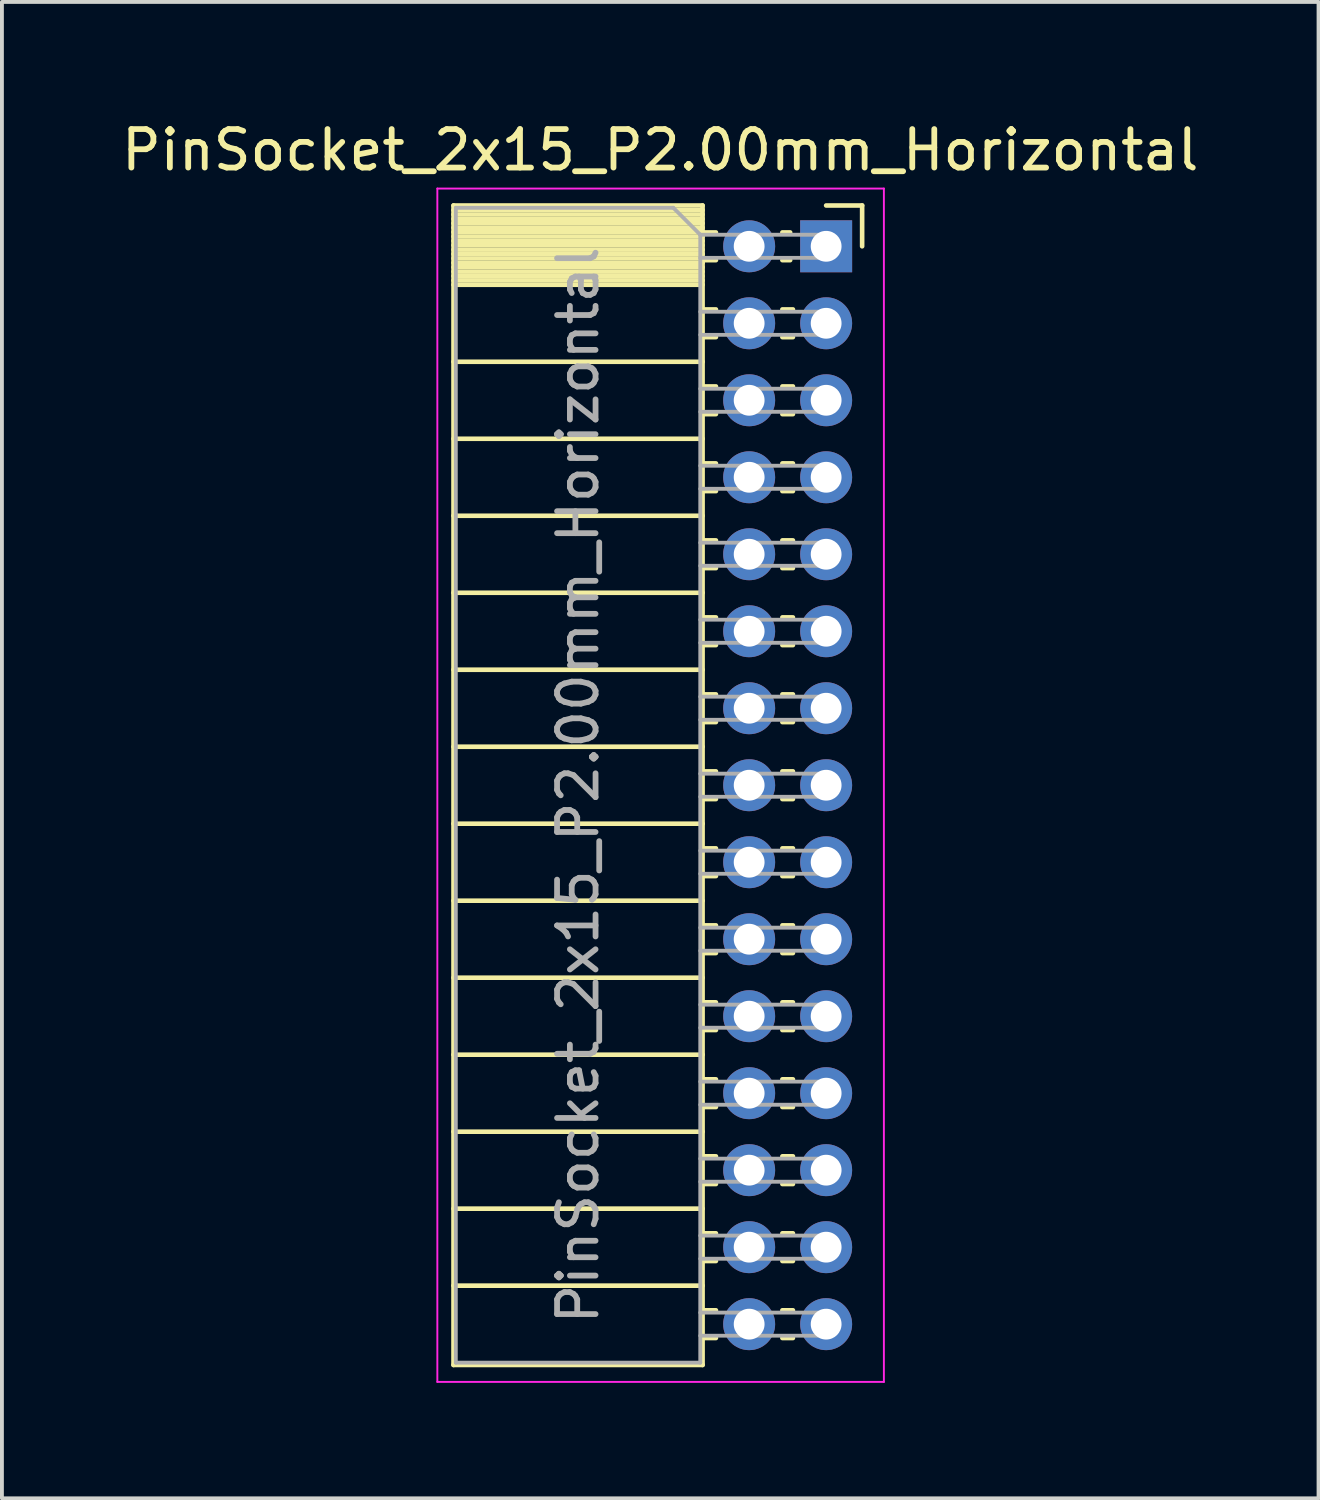
<source format=kicad_pcb>
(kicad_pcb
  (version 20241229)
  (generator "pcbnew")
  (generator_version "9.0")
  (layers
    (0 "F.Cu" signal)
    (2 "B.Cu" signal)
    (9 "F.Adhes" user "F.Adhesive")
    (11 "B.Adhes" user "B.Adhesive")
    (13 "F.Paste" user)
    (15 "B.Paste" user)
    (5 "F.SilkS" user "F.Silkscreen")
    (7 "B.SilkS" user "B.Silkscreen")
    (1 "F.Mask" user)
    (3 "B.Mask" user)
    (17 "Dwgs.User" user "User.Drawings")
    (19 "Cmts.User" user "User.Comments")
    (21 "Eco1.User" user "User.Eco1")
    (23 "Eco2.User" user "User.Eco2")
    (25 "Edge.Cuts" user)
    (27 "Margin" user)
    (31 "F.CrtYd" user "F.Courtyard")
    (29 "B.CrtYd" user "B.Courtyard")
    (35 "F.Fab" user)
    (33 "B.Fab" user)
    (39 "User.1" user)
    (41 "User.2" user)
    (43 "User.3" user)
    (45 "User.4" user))
  (footprint "PinSocket_2x15_P2.00mm_Horizontal"
    (layer "F.Cu")
    (at 18.411 3.348)
    (property "Reference" "PinSocket_2x15_P2.00mm_Horizontal" (at -4.31 -2.5 0) (layer "F.SilkS") (effects (font (size 1 1) (thickness 0.15))))
    (attr through_hole)
    (fp_line (start -9.68 -1.06) (end -9.68 29.06) (stroke (width 0.12) (type solid)) (layer "F.SilkS"))
    (fp_line (start -9.68 -1.06) (end -3.21 -1.06) (stroke (width 0.12) (type solid)) (layer "F.SilkS"))
    (fp_line (start -9.68 -0.94) (end -3.21 -0.94) (stroke (width 0.12) (type solid)) (layer "F.SilkS"))
    (fp_line (start -9.68 -0.826) (end -3.21 -0.826) (stroke (width 0.12) (type solid)) (layer "F.SilkS"))
    (fp_line (start -9.68 -0.712) (end -3.21 -0.712) (stroke (width 0.12) (type solid)) (layer "F.SilkS"))
    (fp_line (start -9.68 -0.598) (end -3.21 -0.598) (stroke (width 0.12) (type solid)) (layer "F.SilkS"))
    (fp_line (start -9.68 -0.484) (end -3.21 -0.484) (stroke (width 0.12) (type solid)) (layer "F.SilkS"))
    (fp_line (start -9.68 -0.369) (end -3.21 -0.369) (stroke (width 0.12) (type solid)) (layer "F.SilkS"))
    (fp_line (start -9.68 -0.255) (end -3.21 -0.255) (stroke (width 0.12) (type solid)) (layer "F.SilkS"))
    (fp_line (start -9.68 -0.141) (end -3.21 -0.141) (stroke (width 0.12) (type solid)) (layer "F.SilkS"))
    (fp_line (start -9.68 -0.027) (end -3.21 -0.027) (stroke (width 0.12) (type solid)) (layer "F.SilkS"))
    (fp_line (start -9.68 0.087) (end -3.21 0.087) (stroke (width 0.12) (type solid)) (layer "F.SilkS"))
    (fp_line (start -9.68 0.201) (end -3.21 0.201) (stroke (width 0.12) (type solid)) (layer "F.SilkS"))
    (fp_line (start -9.68 0.315) (end -3.21 0.315) (stroke (width 0.12) (type solid)) (layer "F.SilkS"))
    (fp_line (start -9.68 0.429) (end -3.21 0.429) (stroke (width 0.12) (type solid)) (layer "F.SilkS"))
    (fp_line (start -9.68 0.544) (end -3.21 0.544) (stroke (width 0.12) (type solid)) (layer "F.SilkS"))
    (fp_line (start -9.68 0.658) (end -3.21 0.658) (stroke (width 0.12) (type solid)) (layer "F.SilkS"))
    (fp_line (start -9.68 0.772) (end -3.21 0.772) (stroke (width 0.12) (type solid)) (layer "F.SilkS"))
    (fp_line (start -9.68 0.886) (end -3.21 0.886) (stroke (width 0.12) (type solid)) (layer "F.SilkS"))
    (fp_line (start -9.68 1) (end -3.21 1) (stroke (width 0.12) (type solid)) (layer "F.SilkS"))
    (fp_line (start -9.68 3) (end -3.21 3) (stroke (width 0.12) (type solid)) (layer "F.SilkS"))
    (fp_line (start -9.68 5) (end -3.21 5) (stroke (width 0.12) (type solid)) (layer "F.SilkS"))
    (fp_line (start -9.68 7) (end -3.21 7) (stroke (width 0.12) (type solid)) (layer "F.SilkS"))
    (fp_line (start -9.68 9) (end -3.21 9) (stroke (width 0.12) (type solid)) (layer "F.SilkS"))
    (fp_line (start -9.68 11) (end -3.21 11) (stroke (width 0.12) (type solid)) (layer "F.SilkS"))
    (fp_line (start -9.68 13) (end -3.21 13) (stroke (width 0.12) (type solid)) (layer "F.SilkS"))
    (fp_line (start -9.68 15) (end -3.21 15) (stroke (width 0.12) (type solid)) (layer "F.SilkS"))
    (fp_line (start -9.68 17) (end -3.21 17) (stroke (width 0.12) (type solid)) (layer "F.SilkS"))
    (fp_line (start -9.68 19) (end -3.21 19) (stroke (width 0.12) (type solid)) (layer "F.SilkS"))
    (fp_line (start -9.68 21) (end -3.21 21) (stroke (width 0.12) (type solid)) (layer "F.SilkS"))
    (fp_line (start -9.68 23) (end -3.21 23) (stroke (width 0.12) (type solid)) (layer "F.SilkS"))
    (fp_line (start -9.68 25) (end -3.21 25) (stroke (width 0.12) (type solid)) (layer "F.SilkS"))
    (fp_line (start -9.68 27) (end -3.21 27) (stroke (width 0.12) (type solid)) (layer "F.SilkS"))
    (fp_line (start -9.68 29.06) (end -3.21 29.06) (stroke (width 0.12) (type solid)) (layer "F.SilkS"))
    (fp_line (start -3.21 -1.06) (end -3.21 29.06) (stroke (width 0.12) (type solid)) (layer "F.SilkS"))
    (fp_line (start -3.21 -0.36) (end -2.863 -0.36) (stroke (width 0.12) (type solid)) (layer "F.SilkS"))
    (fp_line (start -3.21 0.36) (end -2.863 0.36) (stroke (width 0.12) (type solid)) (layer "F.SilkS"))
    (fp_line (start -3.21 1.64) (end -2.863 1.64) (stroke (width 0.12) (type solid)) (layer "F.SilkS"))
    (fp_line (start -3.21 2.36) (end -2.863 2.36) (stroke (width 0.12) (type solid)) (layer "F.SilkS"))
    (fp_line (start -3.21 3.64) (end -2.863 3.64) (stroke (width 0.12) (type solid)) (layer "F.SilkS"))
    (fp_line (start -3.21 4.36) (end -2.863 4.36) (stroke (width 0.12) (type solid)) (layer "F.SilkS"))
    (fp_line (start -3.21 5.64) (end -2.863 5.64) (stroke (width 0.12) (type solid)) (layer "F.SilkS"))
    (fp_line (start -3.21 6.36) (end -2.863 6.36) (stroke (width 0.12) (type solid)) (layer "F.SilkS"))
    (fp_line (start -3.21 7.64) (end -2.863 7.64) (stroke (width 0.12) (type solid)) (layer "F.SilkS"))
    (fp_line (start -3.21 8.36) (end -2.863 8.36) (stroke (width 0.12) (type solid)) (layer "F.SilkS"))
    (fp_line (start -3.21 9.64) (end -2.863 9.64) (stroke (width 0.12) (type solid)) (layer "F.SilkS"))
    (fp_line (start -3.21 10.36) (end -2.863 10.36) (stroke (width 0.12) (type solid)) (layer "F.SilkS"))
    (fp_line (start -3.21 11.64) (end -2.863 11.64) (stroke (width 0.12) (type solid)) (layer "F.SilkS"))
    (fp_line (start -3.21 12.36) (end -2.863 12.36) (stroke (width 0.12) (type solid)) (layer "F.SilkS"))
    (fp_line (start -3.21 13.64) (end -2.863 13.64) (stroke (width 0.12) (type solid)) (layer "F.SilkS"))
    (fp_line (start -3.21 14.36) (end -2.863 14.36) (stroke (width 0.12) (type solid)) (layer "F.SilkS"))
    (fp_line (start -3.21 15.64) (end -2.863 15.64) (stroke (width 0.12) (type solid)) (layer "F.SilkS"))
    (fp_line (start -3.21 16.36) (end -2.863 16.36) (stroke (width 0.12) (type solid)) (layer "F.SilkS"))
    (fp_line (start -3.21 17.64) (end -2.863 17.64) (stroke (width 0.12) (type solid)) (layer "F.SilkS"))
    (fp_line (start -3.21 18.36) (end -2.863 18.36) (stroke (width 0.12) (type solid)) (layer "F.SilkS"))
    (fp_line (start -3.21 19.64) (end -2.863 19.64) (stroke (width 0.12) (type solid)) (layer "F.SilkS"))
    (fp_line (start -3.21 20.36) (end -2.863 20.36) (stroke (width 0.12) (type solid)) (layer "F.SilkS"))
    (fp_line (start -3.21 21.64) (end -2.863 21.64) (stroke (width 0.12) (type solid)) (layer "F.SilkS"))
    (fp_line (start -3.21 22.36) (end -2.863 22.36) (stroke (width 0.12) (type solid)) (layer "F.SilkS"))
    (fp_line (start -3.21 23.64) (end -2.863 23.64) (stroke (width 0.12) (type solid)) (layer "F.SilkS"))
    (fp_line (start -3.21 24.36) (end -2.863 24.36) (stroke (width 0.12) (type solid)) (layer "F.SilkS"))
    (fp_line (start -3.21 25.64) (end -2.863 25.64) (stroke (width 0.12) (type solid)) (layer "F.SilkS"))
    (fp_line (start -3.21 26.36) (end -2.863 26.36) (stroke (width 0.12) (type solid)) (layer "F.SilkS"))
    (fp_line (start -3.21 27.64) (end -2.863 27.64) (stroke (width 0.12) (type solid)) (layer "F.SilkS"))
    (fp_line (start -3.21 28.36) (end -2.863 28.36) (stroke (width 0.12) (type solid)) (layer "F.SilkS"))
    (fp_line (start -1.137 -0.36) (end -0.935 -0.36) (stroke (width 0.12) (type solid)) (layer "F.SilkS"))
    (fp_line (start -1.137 0.36) (end -0.935 0.36) (stroke (width 0.12) (type solid)) (layer "F.SilkS"))
    (fp_line (start -1.137 1.64) (end -0.863 1.64) (stroke (width 0.12) (type solid)) (layer "F.SilkS"))
    (fp_line (start -1.137 2.36) (end -0.863 2.36) (stroke (width 0.12) (type solid)) (layer "F.SilkS"))
    (fp_line (start -1.137 3.64) (end -0.863 3.64) (stroke (width 0.12) (type solid)) (layer "F.SilkS"))
    (fp_line (start -1.137 4.36) (end -0.863 4.36) (stroke (width 0.12) (type solid)) (layer "F.SilkS"))
    (fp_line (start -1.137 5.64) (end -0.863 5.64) (stroke (width 0.12) (type solid)) (layer "F.SilkS"))
    (fp_line (start -1.137 6.36) (end -0.863 6.36) (stroke (width 0.12) (type solid)) (layer "F.SilkS"))
    (fp_line (start -1.137 7.64) (end -0.863 7.64) (stroke (width 0.12) (type solid)) (layer "F.SilkS"))
    (fp_line (start -1.137 8.36) (end -0.863 8.36) (stroke (width 0.12) (type solid)) (layer "F.SilkS"))
    (fp_line (start -1.137 9.64) (end -0.863 9.64) (stroke (width 0.12) (type solid)) (layer "F.SilkS"))
    (fp_line (start -1.137 10.36) (end -0.863 10.36) (stroke (width 0.12) (type solid)) (layer "F.SilkS"))
    (fp_line (start -1.137 11.64) (end -0.863 11.64) (stroke (width 0.12) (type solid)) (layer "F.SilkS"))
    (fp_line (start -1.137 12.36) (end -0.863 12.36) (stroke (width 0.12) (type solid)) (layer "F.SilkS"))
    (fp_line (start -1.137 13.64) (end -0.863 13.64) (stroke (width 0.12) (type solid)) (layer "F.SilkS"))
    (fp_line (start -1.137 14.36) (end -0.863 14.36) (stroke (width 0.12) (type solid)) (layer "F.SilkS"))
    (fp_line (start -1.137 15.64) (end -0.863 15.64) (stroke (width 0.12) (type solid)) (layer "F.SilkS"))
    (fp_line (start -1.137 16.36) (end -0.863 16.36) (stroke (width 0.12) (type solid)) (layer "F.SilkS"))
    (fp_line (start -1.137 17.64) (end -0.863 17.64) (stroke (width 0.12) (type solid)) (layer "F.SilkS"))
    (fp_line (start -1.137 18.36) (end -0.863 18.36) (stroke (width 0.12) (type solid)) (layer "F.SilkS"))
    (fp_line (start -1.137 19.64) (end -0.863 19.64) (stroke (width 0.12) (type solid)) (layer "F.SilkS"))
    (fp_line (start -1.137 20.36) (end -0.863 20.36) (stroke (width 0.12) (type solid)) (layer "F.SilkS"))
    (fp_line (start -1.137 21.64) (end -0.863 21.64) (stroke (width 0.12) (type solid)) (layer "F.SilkS"))
    (fp_line (start -1.137 22.36) (end -0.863 22.36) (stroke (width 0.12) (type solid)) (layer "F.SilkS"))
    (fp_line (start -1.137 23.64) (end -0.863 23.64) (stroke (width 0.12) (type solid)) (layer "F.SilkS"))
    (fp_line (start -1.137 24.36) (end -0.863 24.36) (stroke (width 0.12) (type solid)) (layer "F.SilkS"))
    (fp_line (start -1.137 25.64) (end -0.863 25.64) (stroke (width 0.12) (type solid)) (layer "F.SilkS"))
    (fp_line (start -1.137 26.36) (end -0.863 26.36) (stroke (width 0.12) (type solid)) (layer "F.SilkS"))
    (fp_line (start -1.137 27.64) (end -0.863 27.64) (stroke (width 0.12) (type solid)) (layer "F.SilkS"))
    (fp_line (start -1.137 28.36) (end -0.863 28.36) (stroke (width 0.12) (type solid)) (layer "F.SilkS"))
    (fp_line (start 0 -1.06) (end 0.935 -1.06) (stroke (width 0.12) (type solid)) (layer "F.SilkS"))
    (fp_line (start 0.935 -1.06) (end 0.935 0) (stroke (width 0.12) (type solid)) (layer "F.SilkS"))
    (fp_line (start -10.1 -1.5) (end -10.1 29.5) (stroke (width 0.05) (type solid)) (layer "F.CrtYd"))
    (fp_line (start -10.1 29.5) (end 1.5 29.5) (stroke (width 0.05) (type solid)) (layer "F.CrtYd"))
    (fp_line (start 1.5 -1.5) (end -10.1 -1.5) (stroke (width 0.05) (type solid)) (layer "F.CrtYd"))
    (fp_line (start 1.5 29.5) (end 1.5 -1.5) (stroke (width 0.05) (type solid)) (layer "F.CrtYd"))
    (fp_line (start -9.62 -1) (end -3.97 -1) (stroke (width 0.1) (type solid)) (layer "F.Fab"))
    (fp_line (start -9.62 29) (end -9.62 -1) (stroke (width 0.1) (type solid)) (layer "F.Fab"))
    (fp_line (start -3.97 -1) (end -3.27 -0.3) (stroke (width 0.1) (type solid)) (layer "F.Fab"))
    (fp_line (start -3.27 -0.3) (end -3.27 29) (stroke (width 0.1) (type solid)) (layer "F.Fab"))
    (fp_line (start -3.27 0.3) (end 0 0.3) (stroke (width 0.1) (type solid)) (layer "F.Fab"))
    (fp_line (start -3.27 2.3) (end 0 2.3) (stroke (width 0.1) (type solid)) (layer "F.Fab"))
    (fp_line (start -3.27 4.3) (end 0 4.3) (stroke (width 0.1) (type solid)) (layer "F.Fab"))
    (fp_line (start -3.27 6.3) (end 0 6.3) (stroke (width 0.1) (type solid)) (layer "F.Fab"))
    (fp_line (start -3.27 8.3) (end 0 8.3) (stroke (width 0.1) (type solid)) (layer "F.Fab"))
    (fp_line (start -3.27 10.3) (end 0 10.3) (stroke (width 0.1) (type solid)) (layer "F.Fab"))
    (fp_line (start -3.27 12.3) (end 0 12.3) (stroke (width 0.1) (type solid)) (layer "F.Fab"))
    (fp_line (start -3.27 14.3) (end 0 14.3) (stroke (width 0.1) (type solid)) (layer "F.Fab"))
    (fp_line (start -3.27 16.3) (end 0 16.3) (stroke (width 0.1) (type solid)) (layer "F.Fab"))
    (fp_line (start -3.27 18.3) (end 0 18.3) (stroke (width 0.1) (type solid)) (layer "F.Fab"))
    (fp_line (start -3.27 20.3) (end 0 20.3) (stroke (width 0.1) (type solid)) (layer "F.Fab"))
    (fp_line (start -3.27 22.3) (end 0 22.3) (stroke (width 0.1) (type solid)) (layer "F.Fab"))
    (fp_line (start -3.27 24.3) (end 0 24.3) (stroke (width 0.1) (type solid)) (layer "F.Fab"))
    (fp_line (start -3.27 26.3) (end 0 26.3) (stroke (width 0.1) (type solid)) (layer "F.Fab"))
    (fp_line (start -3.27 28.3) (end 0 28.3) (stroke (width 0.1) (type solid)) (layer "F.Fab"))
    (fp_line (start -3.27 29) (end -9.62 29) (stroke (width 0.1) (type solid)) (layer "F.Fab"))
    (fp_line (start 0 -0.3) (end -3.27 -0.3) (stroke (width 0.1) (type solid)) (layer "F.Fab"))
    (fp_line (start 0 0.3) (end 0 -0.3) (stroke (width 0.1) (type solid)) (layer "F.Fab"))
    (fp_line (start 0 1.7) (end -3.27 1.7) (stroke (width 0.1) (type solid)) (layer "F.Fab"))
    (fp_line (start 0 2.3) (end 0 1.7) (stroke (width 0.1) (type solid)) (layer "F.Fab"))
    (fp_line (start 0 3.7) (end -3.27 3.7) (stroke (width 0.1) (type solid)) (layer "F.Fab"))
    (fp_line (start 0 4.3) (end 0 3.7) (stroke (width 0.1) (type solid)) (layer "F.Fab"))
    (fp_line (start 0 5.7) (end -3.27 5.7) (stroke (width 0.1) (type solid)) (layer "F.Fab"))
    (fp_line (start 0 6.3) (end 0 5.7) (stroke (width 0.1) (type solid)) (layer "F.Fab"))
    (fp_line (start 0 7.7) (end -3.27 7.7) (stroke (width 0.1) (type solid)) (layer "F.Fab"))
    (fp_line (start 0 8.3) (end 0 7.7) (stroke (width 0.1) (type solid)) (layer "F.Fab"))
    (fp_line (start 0 9.7) (end -3.27 9.7) (stroke (width 0.1) (type solid)) (layer "F.Fab"))
    (fp_line (start 0 10.3) (end 0 9.7) (stroke (width 0.1) (type solid)) (layer "F.Fab"))
    (fp_line (start 0 11.7) (end -3.27 11.7) (stroke (width 0.1) (type solid)) (layer "F.Fab"))
    (fp_line (start 0 12.3) (end 0 11.7) (stroke (width 0.1) (type solid)) (layer "F.Fab"))
    (fp_line (start 0 13.7) (end -3.27 13.7) (stroke (width 0.1) (type solid)) (layer "F.Fab"))
    (fp_line (start 0 14.3) (end 0 13.7) (stroke (width 0.1) (type solid)) (layer "F.Fab"))
    (fp_line (start 0 15.7) (end -3.27 15.7) (stroke (width 0.1) (type solid)) (layer "F.Fab"))
    (fp_line (start 0 16.3) (end 0 15.7) (stroke (width 0.1) (type solid)) (layer "F.Fab"))
    (fp_line (start 0 17.7) (end -3.27 17.7) (stroke (width 0.1) (type solid)) (layer "F.Fab"))
    (fp_line (start 0 18.3) (end 0 17.7) (stroke (width 0.1) (type solid)) (layer "F.Fab"))
    (fp_line (start 0 19.7) (end -3.27 19.7) (stroke (width 0.1) (type solid)) (layer "F.Fab"))
    (fp_line (start 0 20.3) (end 0 19.7) (stroke (width 0.1) (type solid)) (layer "F.Fab"))
    (fp_line (start 0 21.7) (end -3.27 21.7) (stroke (width 0.1) (type solid)) (layer "F.Fab"))
    (fp_line (start 0 22.3) (end 0 21.7) (stroke (width 0.1) (type solid)) (layer "F.Fab"))
    (fp_line (start 0 23.7) (end -3.27 23.7) (stroke (width 0.1) (type solid)) (layer "F.Fab"))
    (fp_line (start 0 24.3) (end 0 23.7) (stroke (width 0.1) (type solid)) (layer "F.Fab"))
    (fp_line (start 0 25.7) (end -3.27 25.7) (stroke (width 0.1) (type solid)) (layer "F.Fab"))
    (fp_line (start 0 26.3) (end 0 25.7) (stroke (width 0.1) (type solid)) (layer "F.Fab"))
    (fp_line (start 0 27.7) (end -3.27 27.7) (stroke (width 0.1) (type solid)) (layer "F.Fab"))
    (fp_line (start 0 28.3) (end 0 27.7) (stroke (width 0.1) (type solid)) (layer "F.Fab"))
    (fp_text user "${REFERENCE}" (at -6.445 14 90) (layer "F.Fab") (effects (font (size 1 1) (thickness 0.15))))
    (pad "1" thru_hole rect (at 0 0) (size 1.35 1.35) (drill 0.8) (layers "*.Cu" "*.Mask"))
    (pad "2" thru_hole circle (at -2 0) (size 1.35 1.35) (drill 0.8) (layers "*.Cu" "*.Mask"))
    (pad "3" thru_hole circle (at 0 2) (size 1.35 1.35) (drill 0.8) (layers "*.Cu" "*.Mask"))
    (pad "4" thru_hole circle (at -2 2) (size 1.35 1.35) (drill 0.8) (layers "*.Cu" "*.Mask"))
    (pad "5" thru_hole circle (at 0 4) (size 1.35 1.35) (drill 0.8) (layers "*.Cu" "*.Mask"))
    (pad "6" thru_hole circle (at -2 4) (size 1.35 1.35) (drill 0.8) (layers "*.Cu" "*.Mask"))
    (pad "7" thru_hole circle (at 0 6) (size 1.35 1.35) (drill 0.8) (layers "*.Cu" "*.Mask"))
    (pad "8" thru_hole circle (at -2 6) (size 1.35 1.35) (drill 0.8) (layers "*.Cu" "*.Mask"))
    (pad "9" thru_hole circle (at 0 8) (size 1.35 1.35) (drill 0.8) (layers "*.Cu" "*.Mask"))
    (pad "10" thru_hole circle (at -2 8) (size 1.35 1.35) (drill 0.8) (layers "*.Cu" "*.Mask"))
    (pad "11" thru_hole circle (at 0 10) (size 1.35 1.35) (drill 0.8) (layers "*.Cu" "*.Mask"))
    (pad "12" thru_hole circle (at -2 10) (size 1.35 1.35) (drill 0.8) (layers "*.Cu" "*.Mask"))
    (pad "13" thru_hole circle (at 0 12) (size 1.35 1.35) (drill 0.8) (layers "*.Cu" "*.Mask"))
    (pad "14" thru_hole circle (at -2 12) (size 1.35 1.35) (drill 0.8) (layers "*.Cu" "*.Mask"))
    (pad "15" thru_hole circle (at 0 14) (size 1.35 1.35) (drill 0.8) (layers "*.Cu" "*.Mask"))
    (pad "16" thru_hole circle (at -2 14) (size 1.35 1.35) (drill 0.8) (layers "*.Cu" "*.Mask"))
    (pad "17" thru_hole circle (at 0 16) (size 1.35 1.35) (drill 0.8) (layers "*.Cu" "*.Mask"))
    (pad "18" thru_hole circle (at -2 16) (size 1.35 1.35) (drill 0.8) (layers "*.Cu" "*.Mask"))
    (pad "19" thru_hole circle (at 0 18) (size 1.35 1.35) (drill 0.8) (layers "*.Cu" "*.Mask"))
    (pad "20" thru_hole circle (at -2 18) (size 1.35 1.35) (drill 0.8) (layers "*.Cu" "*.Mask"))
    (pad "21" thru_hole circle (at 0 20) (size 1.35 1.35) (drill 0.8) (layers "*.Cu" "*.Mask"))
    (pad "22" thru_hole circle (at -2 20) (size 1.35 1.35) (drill 0.8) (layers "*.Cu" "*.Mask"))
    (pad "23" thru_hole circle (at 0 22) (size 1.35 1.35) (drill 0.8) (layers "*.Cu" "*.Mask"))
    (pad "24" thru_hole circle (at -2 22) (size 1.35 1.35) (drill 0.8) (layers "*.Cu" "*.Mask"))
    (pad "25" thru_hole circle (at 0 24) (size 1.35 1.35) (drill 0.8) (layers "*.Cu" "*.Mask"))
    (pad "26" thru_hole circle (at -2 24) (size 1.35 1.35) (drill 0.8) (layers "*.Cu" "*.Mask"))
    (pad "27" thru_hole circle (at 0 26) (size 1.35 1.35) (drill 0.8) (layers "*.Cu" "*.Mask"))
    (pad "28" thru_hole circle (at -2 26) (size 1.35 1.35) (drill 0.8) (layers "*.Cu" "*.Mask"))
    (pad "29" thru_hole circle (at 0 28) (size 1.35 1.35) (drill 0.8) (layers "*.Cu" "*.Mask"))
    (pad "30" thru_hole circle (at -2 28) (size 1.35 1.35) (drill 0.8) (layers "*.Cu" "*.Mask")))
  (gr_rect
    (start -3 -3)
    (end 31.202 35.873)
    (stroke (width 0.1) (type default))
    (fill no)
    (layer "Edge.Cuts")))
</source>
